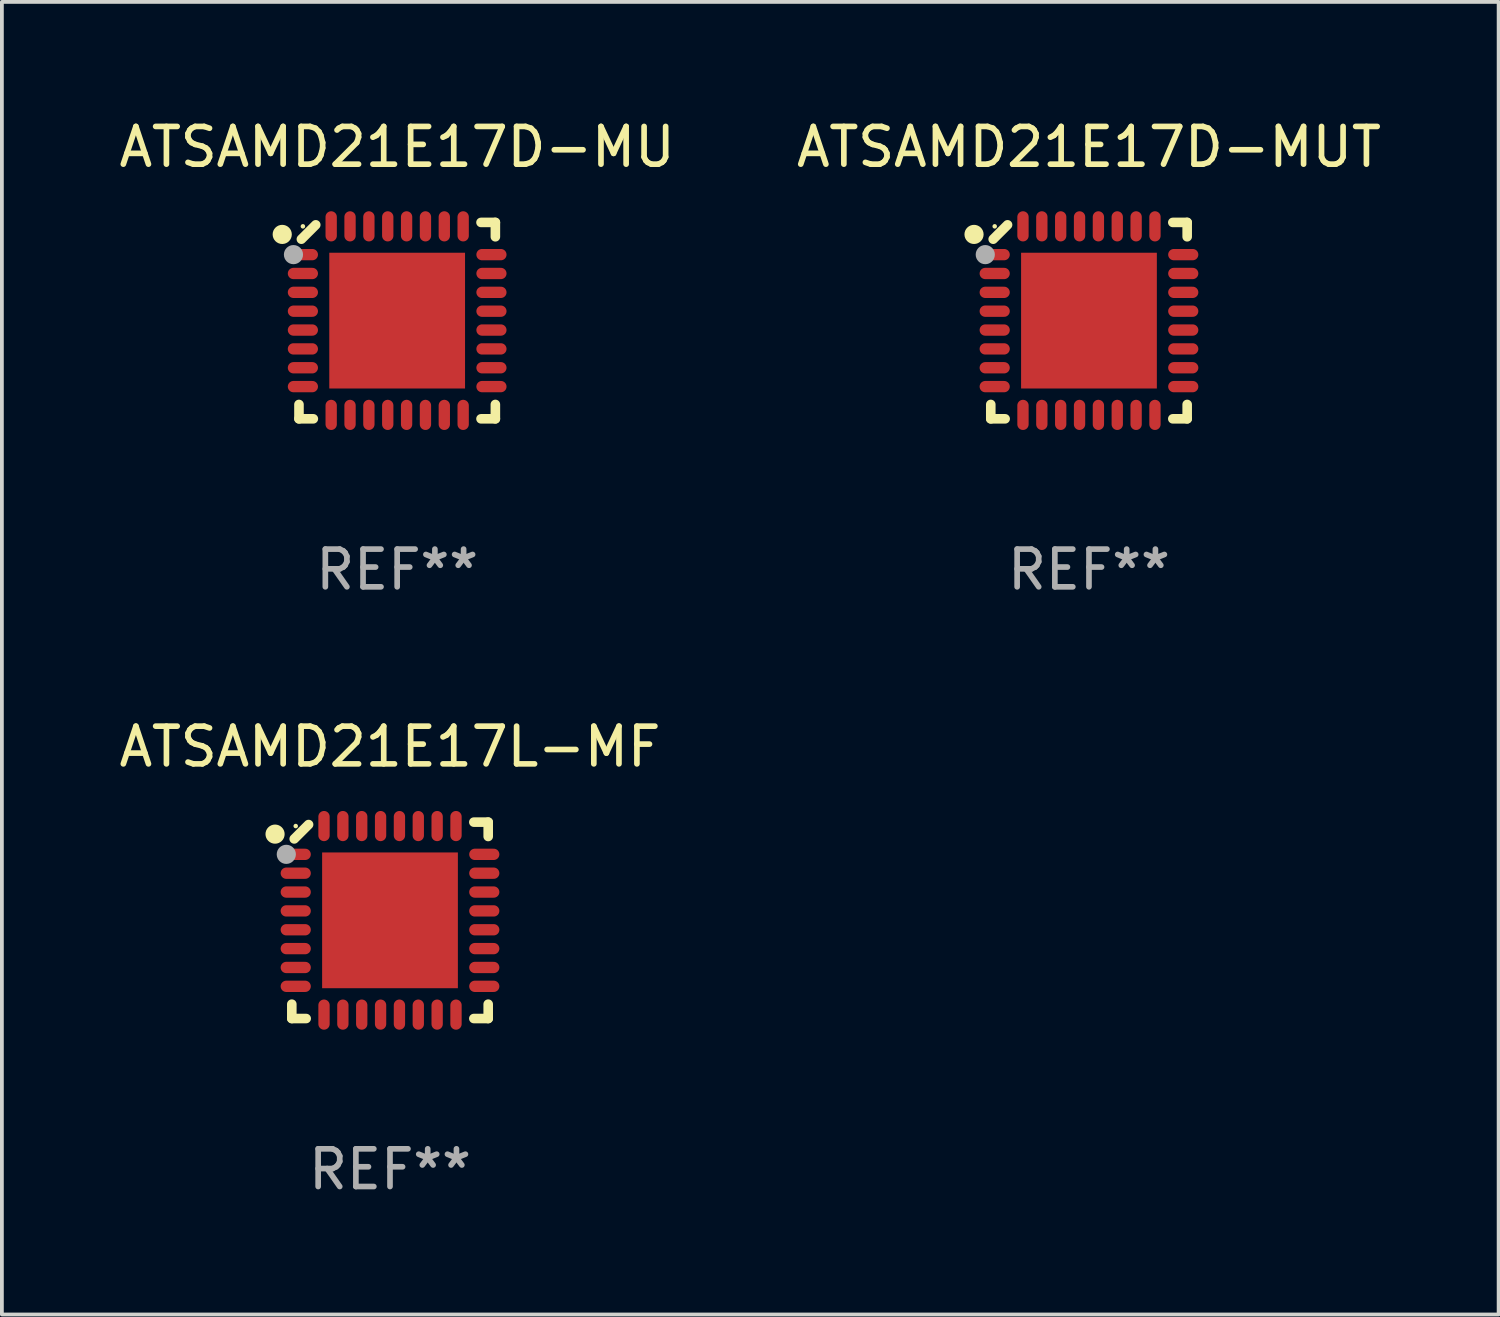
<source format=kicad_pcb>
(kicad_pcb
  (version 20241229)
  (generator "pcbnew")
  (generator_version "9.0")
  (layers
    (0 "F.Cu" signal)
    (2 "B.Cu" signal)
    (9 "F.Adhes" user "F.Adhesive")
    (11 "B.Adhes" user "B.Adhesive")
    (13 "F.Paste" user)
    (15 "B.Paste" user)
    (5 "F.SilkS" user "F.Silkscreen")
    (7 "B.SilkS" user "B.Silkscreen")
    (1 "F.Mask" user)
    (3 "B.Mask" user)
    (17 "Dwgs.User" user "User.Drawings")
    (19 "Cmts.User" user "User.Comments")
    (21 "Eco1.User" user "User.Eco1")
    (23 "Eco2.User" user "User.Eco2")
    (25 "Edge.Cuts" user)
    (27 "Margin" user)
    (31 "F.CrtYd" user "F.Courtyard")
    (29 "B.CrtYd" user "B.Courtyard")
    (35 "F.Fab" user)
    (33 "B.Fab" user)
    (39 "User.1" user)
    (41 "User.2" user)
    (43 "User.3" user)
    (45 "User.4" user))
  (footprint "ATSAMD21E17D-MU"
    (layer "F.Cu")
    (at 7.482 5.452)
    (property "Reference" "ATSAMD21E17D-MU" (at 0 -4.604 0) (layer "F.SilkS") (effects (font (size 1 1) (thickness 0.15))))
    (attr through_hole)
    (fp_line (start -2.604 2.223) (end -2.604 2.604) (stroke (width 0.254) (type solid)) (layer "F.SilkS"))
    (fp_line (start -2.604 2.604) (end -2.223 2.604) (stroke (width 0.254) (type solid)) (layer "F.SilkS"))
    (fp_line (start -2.159 -2.54) (end -2.54 -2.159) (stroke (width 0.254) (type solid)) (layer "F.SilkS"))
    (fp_line (start 2.223 2.604) (end 2.604 2.604) (stroke (width 0.254) (type solid)) (layer "F.SilkS"))
    (fp_line (start 2.604 -2.604) (end 2.223 -2.604) (stroke (width 0.254) (type solid)) (layer "F.SilkS"))
    (fp_line (start 2.604 -2.223) (end 2.604 -2.604) (stroke (width 0.254) (type solid)) (layer "F.SilkS"))
    (fp_line (start 2.604 2.604) (end 2.604 2.223) (stroke (width 0.254) (type solid)) (layer "F.SilkS"))
    (fp_circle (center -3.048 -2.286) (end -2.921 -2.286) (stroke (width 0.254) (type solid)) (fill no) (layer "F.SilkS"))
    (fp_circle (center -2.5 -2.5) (end -2.47 -2.5) (stroke (width 0.06) (type solid)) (fill no) (layer "F.SilkS"))
    (fp_circle (center -2.75 -1.75) (end -2.623 -1.75) (stroke (width 0.254) (type solid)) (fill no) (layer "F.Fab"))
    (fp_text user "REF**" (at 0 6.604 0) (layer "F.Fab") (effects (font (size 1 1) (thickness 0.15))))
    (pad "1" smd oval (at -2.5 -1.75) (size 0.8 0.3) (layers "F.Cu" "F.Mask" "F.Paste"))
    (pad "2" smd oval (at -2.5 -1.25) (size 0.8 0.3) (layers "F.Cu" "F.Mask" "F.Paste"))
    (pad "3" smd oval (at -2.5 -0.75) (size 0.8 0.3) (layers "F.Cu" "F.Mask" "F.Paste"))
    (pad "4" smd oval (at -2.5 -0.25) (size 0.8 0.3) (layers "F.Cu" "F.Mask" "F.Paste"))
    (pad "5" smd oval (at -2.5 0.25) (size 0.8 0.3) (layers "F.Cu" "F.Mask" "F.Paste"))
    (pad "6" smd oval (at -2.5 0.75) (size 0.8 0.3) (layers "F.Cu" "F.Mask" "F.Paste"))
    (pad "7" smd oval (at -2.5 1.25) (size 0.8 0.3) (layers "F.Cu" "F.Mask" "F.Paste"))
    (pad "8" smd oval (at -2.5 1.75) (size 0.8 0.3) (layers "F.Cu" "F.Mask" "F.Paste"))
    (pad "9" smd oval (at -1.75 2.5) (size 0.3 0.8) (layers "F.Cu" "F.Mask" "F.Paste"))
    (pad "10" smd oval (at -1.25 2.5) (size 0.3 0.8) (layers "F.Cu" "F.Mask" "F.Paste"))
    (pad "11" smd oval (at -0.75 2.5) (size 0.3 0.8) (layers "F.Cu" "F.Mask" "F.Paste"))
    (pad "12" smd oval (at -0.25 2.5) (size 0.3 0.8) (layers "F.Cu" "F.Mask" "F.Paste"))
    (pad "13" smd oval (at 0.25 2.5) (size 0.3 0.8) (layers "F.Cu" "F.Mask" "F.Paste"))
    (pad "14" smd oval (at 0.75 2.5) (size 0.3 0.8) (layers "F.Cu" "F.Mask" "F.Paste"))
    (pad "15" smd oval (at 1.25 2.5) (size 0.3 0.8) (layers "F.Cu" "F.Mask" "F.Paste"))
    (pad "16" smd oval (at 1.75 2.5) (size 0.3 0.8) (layers "F.Cu" "F.Mask" "F.Paste"))
    (pad "17" smd oval (at 2.5 1.75) (size 0.8 0.3) (layers "F.Cu" "F.Mask" "F.Paste"))
    (pad "18" smd oval (at 2.5 1.25) (size 0.8 0.3) (layers "F.Cu" "F.Mask" "F.Paste"))
    (pad "19" smd oval (at 2.5 0.75) (size 0.8 0.3) (layers "F.Cu" "F.Mask" "F.Paste"))
    (pad "20" smd oval (at 2.5 0.25) (size 0.8 0.3) (layers "F.Cu" "F.Mask" "F.Paste"))
    (pad "21" smd oval (at 2.5 -0.25) (size 0.8 0.3) (layers "F.Cu" "F.Mask" "F.Paste"))
    (pad "22" smd oval (at 2.5 -0.75) (size 0.8 0.3) (layers "F.Cu" "F.Mask" "F.Paste"))
    (pad "23" smd oval (at 2.5 -1.25) (size 0.8 0.3) (layers "F.Cu" "F.Mask" "F.Paste"))
    (pad "24" smd oval (at 2.5 -1.75) (size 0.8 0.3) (layers "F.Cu" "F.Mask" "F.Paste"))
    (pad "25" smd oval (at 1.75 -2.5) (size 0.3 0.8) (layers "F.Cu" "F.Mask" "F.Paste"))
    (pad "26" smd oval (at 1.25 -2.5) (size 0.3 0.8) (layers "F.Cu" "F.Mask" "F.Paste"))
    (pad "27" smd oval (at 0.75 -2.5) (size 0.3 0.8) (layers "F.Cu" "F.Mask" "F.Paste"))
    (pad "28" smd oval (at 0.25 -2.5) (size 0.3 0.8) (layers "F.Cu" "F.Mask" "F.Paste"))
    (pad "29" smd oval (at -0.25 -2.5) (size 0.3 0.8) (layers "F.Cu" "F.Mask" "F.Paste"))
    (pad "30" smd oval (at -0.75 -2.5) (size 0.3 0.8) (layers "F.Cu" "F.Mask" "F.Paste"))
    (pad "31" smd oval (at -1.25 -2.5) (size 0.3 0.8) (layers "F.Cu" "F.Mask" "F.Paste"))
    (pad "32" smd oval (at -1.75 -2.5) (size 0.3 0.8) (layers "F.Cu" "F.Mask" "F.Paste"))
    (pad "33" smd rect (at -0.000076 0) (size 3.6 3.6) (layers "F.Cu" "F.Mask" "F.Paste")))
  (footprint "ATSAMD21E17L-MF"
    (layer "F.Cu")
    (at 7.292 21.355)
    (property "Reference" "ATSAMD21E17L-MF" (at 0 -4.604 0) (layer "F.SilkS") (effects (font (size 1 1) (thickness 0.15))))
    (attr through_hole)
    (fp_line (start -2.604 2.223) (end -2.604 2.604) (stroke (width 0.254) (type solid)) (layer "F.SilkS"))
    (fp_line (start -2.604 2.604) (end -2.223 2.604) (stroke (width 0.254) (type solid)) (layer "F.SilkS"))
    (fp_line (start -2.159 -2.54) (end -2.54 -2.159) (stroke (width 0.254) (type solid)) (layer "F.SilkS"))
    (fp_line (start 2.223 2.604) (end 2.604 2.604) (stroke (width 0.254) (type solid)) (layer "F.SilkS"))
    (fp_line (start 2.604 -2.604) (end 2.223 -2.604) (stroke (width 0.254) (type solid)) (layer "F.SilkS"))
    (fp_line (start 2.604 -2.223) (end 2.604 -2.604) (stroke (width 0.254) (type solid)) (layer "F.SilkS"))
    (fp_line (start 2.604 2.604) (end 2.604 2.223) (stroke (width 0.254) (type solid)) (layer "F.SilkS"))
    (fp_circle (center -3.048 -2.286) (end -2.921 -2.286) (stroke (width 0.254) (type solid)) (fill no) (layer "F.SilkS"))
    (fp_circle (center -2.5 -2.5) (end -2.47 -2.5) (stroke (width 0.06) (type solid)) (fill no) (layer "F.SilkS"))
    (fp_circle (center -2.75 -1.75) (end -2.623 -1.75) (stroke (width 0.254) (type solid)) (fill no) (layer "F.Fab"))
    (fp_text user "REF**" (at 0 6.604 0) (layer "F.Fab") (effects (font (size 1 1) (thickness 0.15))))
    (pad "1" smd oval (at -2.5 -1.75) (size 0.8 0.3) (layers "F.Cu" "F.Mask" "F.Paste"))
    (pad "2" smd oval (at -2.5 -1.25) (size 0.8 0.3) (layers "F.Cu" "F.Mask" "F.Paste"))
    (pad "3" smd oval (at -2.5 -0.75) (size 0.8 0.3) (layers "F.Cu" "F.Mask" "F.Paste"))
    (pad "4" smd oval (at -2.5 -0.25) (size 0.8 0.3) (layers "F.Cu" "F.Mask" "F.Paste"))
    (pad "5" smd oval (at -2.5 0.25) (size 0.8 0.3) (layers "F.Cu" "F.Mask" "F.Paste"))
    (pad "6" smd oval (at -2.5 0.75) (size 0.8 0.3) (layers "F.Cu" "F.Mask" "F.Paste"))
    (pad "7" smd oval (at -2.5 1.25) (size 0.8 0.3) (layers "F.Cu" "F.Mask" "F.Paste"))
    (pad "8" smd oval (at -2.5 1.75) (size 0.8 0.3) (layers "F.Cu" "F.Mask" "F.Paste"))
    (pad "9" smd oval (at -1.75 2.5) (size 0.3 0.8) (layers "F.Cu" "F.Mask" "F.Paste"))
    (pad "10" smd oval (at -1.25 2.5) (size 0.3 0.8) (layers "F.Cu" "F.Mask" "F.Paste"))
    (pad "11" smd oval (at -0.75 2.5) (size 0.3 0.8) (layers "F.Cu" "F.Mask" "F.Paste"))
    (pad "12" smd oval (at -0.25 2.5) (size 0.3 0.8) (layers "F.Cu" "F.Mask" "F.Paste"))
    (pad "13" smd oval (at 0.25 2.5) (size 0.3 0.8) (layers "F.Cu" "F.Mask" "F.Paste"))
    (pad "14" smd oval (at 0.75 2.5) (size 0.3 0.8) (layers "F.Cu" "F.Mask" "F.Paste"))
    (pad "15" smd oval (at 1.25 2.5) (size 0.3 0.8) (layers "F.Cu" "F.Mask" "F.Paste"))
    (pad "16" smd oval (at 1.75 2.5) (size 0.3 0.8) (layers "F.Cu" "F.Mask" "F.Paste"))
    (pad "17" smd oval (at 2.5 1.75) (size 0.8 0.3) (layers "F.Cu" "F.Mask" "F.Paste"))
    (pad "18" smd oval (at 2.5 1.25) (size 0.8 0.3) (layers "F.Cu" "F.Mask" "F.Paste"))
    (pad "19" smd oval (at 2.5 0.75) (size 0.8 0.3) (layers "F.Cu" "F.Mask" "F.Paste"))
    (pad "20" smd oval (at 2.5 0.25) (size 0.8 0.3) (layers "F.Cu" "F.Mask" "F.Paste"))
    (pad "21" smd oval (at 2.5 -0.25) (size 0.8 0.3) (layers "F.Cu" "F.Mask" "F.Paste"))
    (pad "22" smd oval (at 2.5 -0.75) (size 0.8 0.3) (layers "F.Cu" "F.Mask" "F.Paste"))
    (pad "23" smd oval (at 2.5 -1.25) (size 0.8 0.3) (layers "F.Cu" "F.Mask" "F.Paste"))
    (pad "24" smd oval (at 2.5 -1.75) (size 0.8 0.3) (layers "F.Cu" "F.Mask" "F.Paste"))
    (pad "25" smd oval (at 1.75 -2.5) (size 0.3 0.8) (layers "F.Cu" "F.Mask" "F.Paste"))
    (pad "26" smd oval (at 1.25 -2.5) (size 0.3 0.8) (layers "F.Cu" "F.Mask" "F.Paste"))
    (pad "27" smd oval (at 0.75 -2.5) (size 0.3 0.8) (layers "F.Cu" "F.Mask" "F.Paste"))
    (pad "28" smd oval (at 0.25 -2.5) (size 0.3 0.8) (layers "F.Cu" "F.Mask" "F.Paste"))
    (pad "29" smd oval (at -0.25 -2.5) (size 0.3 0.8) (layers "F.Cu" "F.Mask" "F.Paste"))
    (pad "30" smd oval (at -0.75 -2.5) (size 0.3 0.8) (layers "F.Cu" "F.Mask" "F.Paste"))
    (pad "31" smd oval (at -1.25 -2.5) (size 0.3 0.8) (layers "F.Cu" "F.Mask" "F.Paste"))
    (pad "32" smd oval (at -1.75 -2.5) (size 0.3 0.8) (layers "F.Cu" "F.Mask" "F.Paste"))
    (pad "33" smd rect (at -0.000076 0) (size 3.6 3.6) (layers "F.Cu" "F.Mask" "F.Paste")))
  (footprint "ATSAMD21E17D-MUT"
    (layer "F.Cu")
    (at 25.827 5.452)
    (property "Reference" "ATSAMD21E17D-MUT" (at 0 -4.604 0) (layer "F.SilkS") (effects (font (size 1 1) (thickness 0.15))))
    (attr through_hole)
    (fp_line (start -2.604 2.223) (end -2.604 2.604) (stroke (width 0.254) (type solid)) (layer "F.SilkS"))
    (fp_line (start -2.604 2.604) (end -2.223 2.604) (stroke (width 0.254) (type solid)) (layer "F.SilkS"))
    (fp_line (start -2.159 -2.54) (end -2.54 -2.159) (stroke (width 0.254) (type solid)) (layer "F.SilkS"))
    (fp_line (start 2.223 2.604) (end 2.604 2.604) (stroke (width 0.254) (type solid)) (layer "F.SilkS"))
    (fp_line (start 2.604 -2.604) (end 2.223 -2.604) (stroke (width 0.254) (type solid)) (layer "F.SilkS"))
    (fp_line (start 2.604 -2.223) (end 2.604 -2.604) (stroke (width 0.254) (type solid)) (layer "F.SilkS"))
    (fp_line (start 2.604 2.604) (end 2.604 2.223) (stroke (width 0.254) (type solid)) (layer "F.SilkS"))
    (fp_circle (center -3.048 -2.286) (end -2.921 -2.286) (stroke (width 0.254) (type solid)) (fill no) (layer "F.SilkS"))
    (fp_circle (center -2.5 -2.5) (end -2.47 -2.5) (stroke (width 0.06) (type solid)) (fill no) (layer "F.SilkS"))
    (fp_circle (center -2.75 -1.75) (end -2.623 -1.75) (stroke (width 0.254) (type solid)) (fill no) (layer "F.Fab"))
    (fp_text user "REF**" (at 0 6.604 0) (layer "F.Fab") (effects (font (size 1 1) (thickness 0.15))))
    (pad "1" smd oval (at -2.5 -1.75) (size 0.8 0.3) (layers "F.Cu" "F.Mask" "F.Paste"))
    (pad "2" smd oval (at -2.5 -1.25) (size 0.8 0.3) (layers "F.Cu" "F.Mask" "F.Paste"))
    (pad "3" smd oval (at -2.5 -0.75) (size 0.8 0.3) (layers "F.Cu" "F.Mask" "F.Paste"))
    (pad "4" smd oval (at -2.5 -0.25) (size 0.8 0.3) (layers "F.Cu" "F.Mask" "F.Paste"))
    (pad "5" smd oval (at -2.5 0.25) (size 0.8 0.3) (layers "F.Cu" "F.Mask" "F.Paste"))
    (pad "6" smd oval (at -2.5 0.75) (size 0.8 0.3) (layers "F.Cu" "F.Mask" "F.Paste"))
    (pad "7" smd oval (at -2.5 1.25) (size 0.8 0.3) (layers "F.Cu" "F.Mask" "F.Paste"))
    (pad "8" smd oval (at -2.5 1.75) (size 0.8 0.3) (layers "F.Cu" "F.Mask" "F.Paste"))
    (pad "9" smd oval (at -1.75 2.5) (size 0.3 0.8) (layers "F.Cu" "F.Mask" "F.Paste"))
    (pad "10" smd oval (at -1.25 2.5) (size 0.3 0.8) (layers "F.Cu" "F.Mask" "F.Paste"))
    (pad "11" smd oval (at -0.75 2.5) (size 0.3 0.8) (layers "F.Cu" "F.Mask" "F.Paste"))
    (pad "12" smd oval (at -0.25 2.5) (size 0.3 0.8) (layers "F.Cu" "F.Mask" "F.Paste"))
    (pad "13" smd oval (at 0.25 2.5) (size 0.3 0.8) (layers "F.Cu" "F.Mask" "F.Paste"))
    (pad "14" smd oval (at 0.75 2.5) (size 0.3 0.8) (layers "F.Cu" "F.Mask" "F.Paste"))
    (pad "15" smd oval (at 1.25 2.5) (size 0.3 0.8) (layers "F.Cu" "F.Mask" "F.Paste"))
    (pad "16" smd oval (at 1.75 2.5) (size 0.3 0.8) (layers "F.Cu" "F.Mask" "F.Paste"))
    (pad "17" smd oval (at 2.5 1.75) (size 0.8 0.3) (layers "F.Cu" "F.Mask" "F.Paste"))
    (pad "18" smd oval (at 2.5 1.25) (size 0.8 0.3) (layers "F.Cu" "F.Mask" "F.Paste"))
    (pad "19" smd oval (at 2.5 0.75) (size 0.8 0.3) (layers "F.Cu" "F.Mask" "F.Paste"))
    (pad "20" smd oval (at 2.5 0.25) (size 0.8 0.3) (layers "F.Cu" "F.Mask" "F.Paste"))
    (pad "21" smd oval (at 2.5 -0.25) (size 0.8 0.3) (layers "F.Cu" "F.Mask" "F.Paste"))
    (pad "22" smd oval (at 2.5 -0.75) (size 0.8 0.3) (layers "F.Cu" "F.Mask" "F.Paste"))
    (pad "23" smd oval (at 2.5 -1.25) (size 0.8 0.3) (layers "F.Cu" "F.Mask" "F.Paste"))
    (pad "24" smd oval (at 2.5 -1.75) (size 0.8 0.3) (layers "F.Cu" "F.Mask" "F.Paste"))
    (pad "25" smd oval (at 1.75 -2.5) (size 0.3 0.8) (layers "F.Cu" "F.Mask" "F.Paste"))
    (pad "26" smd oval (at 1.25 -2.5) (size 0.3 0.8) (layers "F.Cu" "F.Mask" "F.Paste"))
    (pad "27" smd oval (at 0.75 -2.5) (size 0.3 0.8) (layers "F.Cu" "F.Mask" "F.Paste"))
    (pad "28" smd oval (at 0.25 -2.5) (size 0.3 0.8) (layers "F.Cu" "F.Mask" "F.Paste"))
    (pad "29" smd oval (at -0.25 -2.5) (size 0.3 0.8) (layers "F.Cu" "F.Mask" "F.Paste"))
    (pad "30" smd oval (at -0.75 -2.5) (size 0.3 0.8) (layers "F.Cu" "F.Mask" "F.Paste"))
    (pad "31" smd oval (at -1.25 -2.5) (size 0.3 0.8) (layers "F.Cu" "F.Mask" "F.Paste"))
    (pad "32" smd oval (at -1.75 -2.5) (size 0.3 0.8) (layers "F.Cu" "F.Mask" "F.Paste"))
    (pad "33" smd rect (at -0.000076 0) (size 3.6 3.6) (layers "F.Cu" "F.Mask" "F.Paste")))
  (gr_rect
    (start -3 -3)
    (end 36.69 31.807)
    (stroke (width 0.1) (type default))
    (fill no)
    (layer "Edge.Cuts")))
</source>
